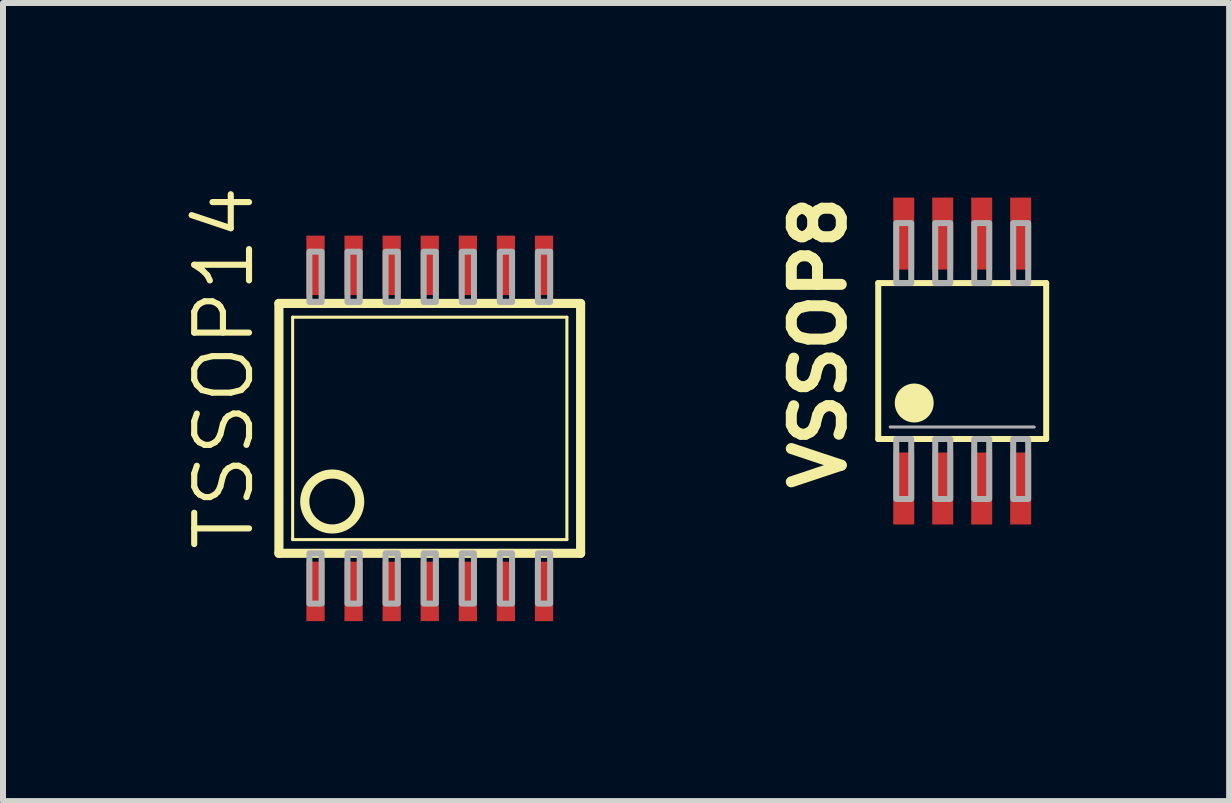
<source format=kicad_pcb>
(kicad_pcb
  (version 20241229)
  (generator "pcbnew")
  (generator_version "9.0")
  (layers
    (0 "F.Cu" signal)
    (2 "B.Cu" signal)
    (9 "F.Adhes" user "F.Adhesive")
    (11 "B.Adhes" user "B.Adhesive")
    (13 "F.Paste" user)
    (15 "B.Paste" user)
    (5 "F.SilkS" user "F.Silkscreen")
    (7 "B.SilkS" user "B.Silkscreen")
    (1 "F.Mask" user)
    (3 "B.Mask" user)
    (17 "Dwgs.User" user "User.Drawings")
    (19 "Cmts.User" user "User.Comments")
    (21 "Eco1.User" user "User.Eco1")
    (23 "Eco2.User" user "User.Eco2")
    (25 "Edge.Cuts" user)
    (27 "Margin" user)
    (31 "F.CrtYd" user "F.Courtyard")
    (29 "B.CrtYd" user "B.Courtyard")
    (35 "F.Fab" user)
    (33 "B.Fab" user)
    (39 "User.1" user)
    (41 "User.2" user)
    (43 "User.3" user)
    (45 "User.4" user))
  (footprint "VSSOP8"
    (layer "F.Cu")
    (at 13.042 2.969)
    (property "Reference" "VSSOP8" (at -1.955 2.214 90) (unlocked yes) (layer "F.SilkS") (effects (font (size 0.833 0.833) (thickness 0.183)) (justify left bottom)))
    (fp_line (start -1.45 -1.3) (end -1.45 1.3) (stroke (width 0.1) (type solid)) (layer "F.SilkS"))
    (fp_line (start -1.45 1.3) (end 1.35 1.3) (stroke (width 0.1) (type solid)) (layer "F.SilkS"))
    (fp_line (start 1.35 -1.3) (end -1.45 -1.3) (stroke (width 0.1) (type solid)) (layer "F.SilkS"))
    (fp_line (start 1.35 1.3) (end 1.35 -1.3) (stroke (width 0.1) (type solid)) (layer "F.SilkS"))
    (fp_circle (center -0.85 0.7) (end -0.688 0.7) (stroke (width 0.325) (type solid)) (fill yes) (layer "F.SilkS"))
    (fp_line (start -1.25 1.1) (end 1.15 1.1) (stroke (width 0.051) (type solid)) (layer "F.Fab"))
    (fp_poly (pts (xy -1.15 -1.3) (xy -0.9 -1.3) (xy -0.9 -2.3) (xy -1.15 -2.3)) (stroke (width 0.1) (type default)) (fill no) (layer "F.Fab"))
    (fp_poly (pts (xy -1.15 2.3) (xy -0.9 2.3) (xy -0.9 1.3) (xy -1.15 1.3)) (stroke (width 0.1) (type default)) (fill no) (layer "F.Fab"))
    (fp_poly (pts (xy -0.5 -1.3) (xy -0.25 -1.3) (xy -0.25 -2.3) (xy -0.5 -2.3)) (stroke (width 0.1) (type default)) (fill no) (layer "F.Fab"))
    (fp_poly (pts (xy -0.5 2.3) (xy -0.25 2.3) (xy -0.25 1.3) (xy -0.5 1.3)) (stroke (width 0.1) (type default)) (fill no) (layer "F.Fab"))
    (fp_poly (pts (xy 0.15 -1.3) (xy 0.4 -1.3) (xy 0.4 -2.3) (xy 0.15 -2.3)) (stroke (width 0.1) (type default)) (fill no) (layer "F.Fab"))
    (fp_poly (pts (xy 0.15 2.3) (xy 0.4 2.3) (xy 0.4 1.3) (xy 0.15 1.3)) (stroke (width 0.1) (type default)) (fill no) (layer "F.Fab"))
    (fp_poly (pts (xy 0.8 -1.3) (xy 1.05 -1.3) (xy 1.05 -2.3) (xy 0.8 -2.3)) (stroke (width 0.1) (type default)) (fill no) (layer "F.Fab"))
    (fp_poly (pts (xy 0.8 2.3) (xy 1.05 2.3) (xy 1.05 1.3) (xy 0.8 1.3)) (stroke (width 0.1) (type default)) (fill no) (layer "F.Fab"))
    (pad "1" smd rect (at -1.025 2.125) (size 0.35 1.2) (layers "F.Cu" "F.Mask" "F.Paste"))
    (pad "2" smd rect (at -0.375 2.125) (size 0.35 1.2) (layers "F.Cu" "F.Mask" "F.Paste"))
    (pad "3" smd rect (at 0.275 2.125) (size 0.35 1.2) (layers "F.Cu" "F.Mask" "F.Paste"))
    (pad "4" smd rect (at 0.925 2.125) (size 0.35 1.2) (layers "F.Cu" "F.Mask" "F.Paste"))
    (pad "5" smd rect (at 0.925 -2.125) (size 0.35 1.2) (layers "F.Cu" "F.Mask" "F.Paste"))
    (pad "6" smd rect (at 0.275 -2.125) (size 0.35 1.2) (layers "F.Cu" "F.Mask" "F.Paste"))
    (pad "7" smd rect (at -0.375 -2.125) (size 0.35 1.2) (layers "F.Cu" "F.Mask" "F.Paste"))
    (pad "8" smd rect (at -1.025 -2.125) (size 0.35 1.2) (layers "F.Cu" "F.Mask" "F.Paste")))
  (footprint "TSSOP14"
    (layer "F.Cu")
    (at 4.115 4.092)
    (property "Reference" "TSSOP14" (at -2.896 2.083 90) (unlocked yes) (layer "F.SilkS") (effects (font (size 0.914 0.914) (thickness 0.102)) (justify left bottom)))
    (fp_line (start -2.515 2.083) (end -2.515 -2.083) (stroke (width 0.152) (type solid)) (layer "F.SilkS"))
    (fp_line (start -2.515 2.083) (end 2.515 2.083) (stroke (width 0.152) (type solid)) (layer "F.SilkS"))
    (fp_line (start -2.286 1.854) (end -2.286 -1.854) (stroke (width 0.051) (type solid)) (layer "F.SilkS"))
    (fp_line (start -2.286 1.854) (end 2.286 1.854) (stroke (width 0.051) (type solid)) (layer "F.SilkS"))
    (fp_line (start 2.286 -1.854) (end -2.286 -1.854) (stroke (width 0.051) (type solid)) (layer "F.SilkS"))
    (fp_line (start 2.286 -1.854) (end 2.286 1.854) (stroke (width 0.051) (type solid)) (layer "F.SilkS"))
    (fp_line (start 2.515 -2.083) (end -2.515 -2.083) (stroke (width 0.152) (type solid)) (layer "F.SilkS"))
    (fp_line (start 2.515 -2.083) (end 2.515 2.083) (stroke (width 0.152) (type solid)) (layer "F.SilkS"))
    (fp_circle (center -1.626 1.219) (end -1.168 1.219) (stroke (width 0.152) (type solid)) (fill no) (layer "F.SilkS"))
    (fp_poly (pts (xy -2.007 -2.108) (xy -1.803 -2.108) (xy -1.803 -2.946) (xy -2.007 -2.946)) (stroke (width 0.1) (type default)) (fill no) (layer "F.Fab"))
    (fp_poly (pts (xy -2.007 2.921) (xy -1.803 2.921) (xy -1.803 2.083) (xy -2.007 2.083)) (stroke (width 0.1) (type default)) (fill no) (layer "F.Fab"))
    (fp_poly (pts (xy -1.372 -2.108) (xy -1.168 -2.108) (xy -1.168 -2.946) (xy -1.372 -2.946)) (stroke (width 0.1) (type default)) (fill no) (layer "F.Fab"))
    (fp_poly (pts (xy -1.372 2.921) (xy -1.168 2.921) (xy -1.168 2.083) (xy -1.372 2.083)) (stroke (width 0.1) (type default)) (fill no) (layer "F.Fab"))
    (fp_poly (pts (xy -0.737 -2.108) (xy -0.533 -2.108) (xy -0.533 -2.946) (xy -0.737 -2.946)) (stroke (width 0.1) (type default)) (fill no) (layer "F.Fab"))
    (fp_poly (pts (xy -0.737 2.921) (xy -0.533 2.921) (xy -0.533 2.083) (xy -0.737 2.083)) (stroke (width 0.1) (type default)) (fill no) (layer "F.Fab"))
    (fp_poly (pts (xy -0.102 -2.108) (xy 0.102 -2.108) (xy 0.102 -2.946) (xy -0.102 -2.946)) (stroke (width 0.1) (type default)) (fill no) (layer "F.Fab"))
    (fp_poly (pts (xy -0.102 2.921) (xy 0.102 2.921) (xy 0.102 2.083) (xy -0.102 2.083)) (stroke (width 0.1) (type default)) (fill no) (layer "F.Fab"))
    (fp_poly (pts (xy 0.533 -2.108) (xy 0.737 -2.108) (xy 0.737 -2.946) (xy 0.533 -2.946)) (stroke (width 0.1) (type default)) (fill no) (layer "F.Fab"))
    (fp_poly (pts (xy 0.533 2.921) (xy 0.737 2.921) (xy 0.737 2.083) (xy 0.533 2.083)) (stroke (width 0.1) (type default)) (fill no) (layer "F.Fab"))
    (fp_poly (pts (xy 1.168 -2.108) (xy 1.372 -2.108) (xy 1.372 -2.946) (xy 1.168 -2.946)) (stroke (width 0.1) (type default)) (fill no) (layer "F.Fab"))
    (fp_poly (pts (xy 1.168 2.921) (xy 1.372 2.921) (xy 1.372 2.083) (xy 1.168 2.083)) (stroke (width 0.1) (type default)) (fill no) (layer "F.Fab"))
    (fp_poly (pts (xy 1.803 -2.108) (xy 2.007 -2.108) (xy 2.007 -2.946) (xy 1.803 -2.946)) (stroke (width 0.1) (type default)) (fill no) (layer "F.Fab"))
    (fp_poly (pts (xy 1.803 2.921) (xy 2.007 2.921) (xy 2.007 2.083) (xy 1.803 2.083)) (stroke (width 0.1) (type default)) (fill no) (layer "F.Fab"))
    (pad "1" smd rect (at -1.905 2.718) (size 0.305 0.991) (layers "F.Cu" "F.Mask" "F.Paste"))
    (pad "2" smd rect (at -1.27 2.718) (size 0.305 0.991) (layers "F.Cu" "F.Mask" "F.Paste"))
    (pad "3" smd rect (at -0.635 2.718) (size 0.305 0.991) (layers "F.Cu" "F.Mask" "F.Paste"))
    (pad "4" smd rect (at 0 2.718) (size 0.305 0.991) (layers "F.Cu" "F.Mask" "F.Paste"))
    (pad "5" smd rect (at 0.635 2.718) (size 0.305 0.991) (layers "F.Cu" "F.Mask" "F.Paste"))
    (pad "6" smd rect (at 1.27 2.718) (size 0.305 0.991) (layers "F.Cu" "F.Mask" "F.Paste"))
    (pad "7" smd rect (at 1.905 2.718) (size 0.305 0.991) (layers "F.Cu" "F.Mask" "F.Paste"))
    (pad "8" smd rect (at 1.905 -2.718) (size 0.305 0.991) (layers "F.Cu" "F.Mask" "F.Paste"))
    (pad "9" smd rect (at 1.27 -2.718) (size 0.305 0.991) (layers "F.Cu" "F.Mask" "F.Paste"))
    (pad "10" smd rect (at 0.635 -2.718) (size 0.305 0.991) (layers "F.Cu" "F.Mask" "F.Paste"))
    (pad "11" smd rect (at 0 -2.718) (size 0.305 0.991) (layers "F.Cu" "F.Mask" "F.Paste"))
    (pad "12" smd rect (at -0.635 -2.718) (size 0.305 0.991) (layers "F.Cu" "F.Mask" "F.Paste"))
    (pad "13" smd rect (at -1.27 -2.718) (size 0.305 0.991) (layers "F.Cu" "F.Mask" "F.Paste"))
    (pad "14" smd rect (at -1.905 -2.718) (size 0.305 0.991) (layers "F.Cu" "F.Mask" "F.Paste")))
  (gr_rect
    (start -3 -3)
    (end 17.442 10.305)
    (stroke (width 0.1) (type default))
    (fill no)
    (layer "Edge.Cuts")))
</source>
